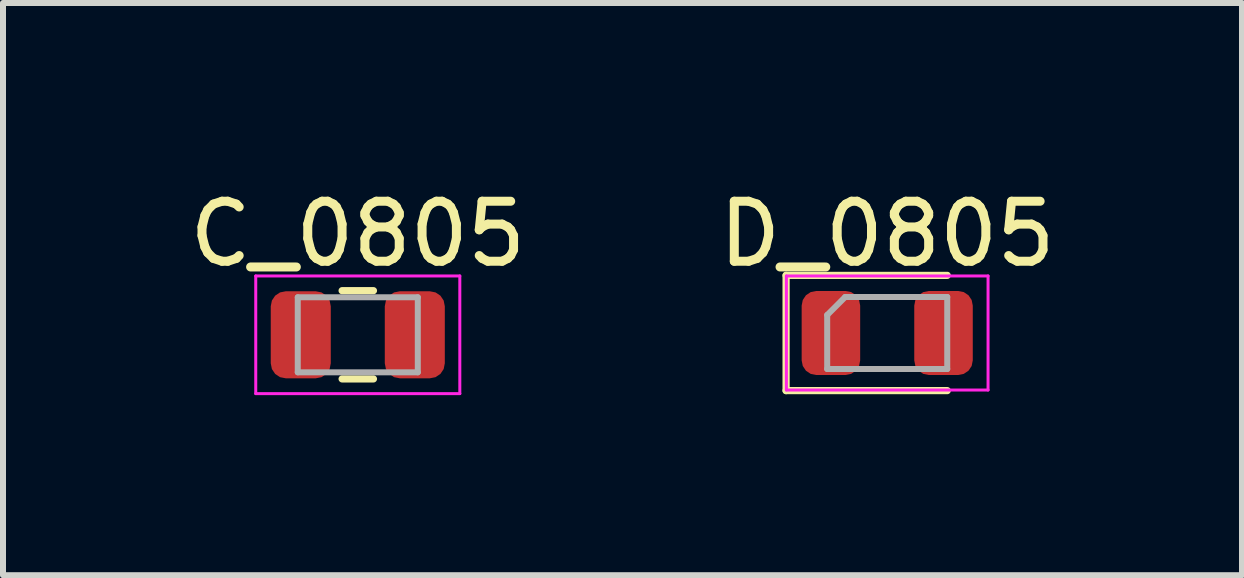
<source format=kicad_pcb>
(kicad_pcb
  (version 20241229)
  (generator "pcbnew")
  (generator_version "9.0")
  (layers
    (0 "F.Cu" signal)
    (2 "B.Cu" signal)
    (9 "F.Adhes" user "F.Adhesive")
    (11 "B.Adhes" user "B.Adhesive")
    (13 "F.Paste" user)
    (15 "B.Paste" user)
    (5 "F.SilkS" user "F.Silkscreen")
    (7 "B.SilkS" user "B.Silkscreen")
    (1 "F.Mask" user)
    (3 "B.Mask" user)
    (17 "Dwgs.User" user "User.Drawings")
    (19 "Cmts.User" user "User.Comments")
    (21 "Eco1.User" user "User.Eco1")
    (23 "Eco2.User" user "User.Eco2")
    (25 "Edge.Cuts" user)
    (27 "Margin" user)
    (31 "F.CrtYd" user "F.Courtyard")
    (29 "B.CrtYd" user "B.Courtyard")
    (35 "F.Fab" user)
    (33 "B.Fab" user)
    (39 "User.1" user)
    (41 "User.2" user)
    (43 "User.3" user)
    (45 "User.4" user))
  (footprint "C_0805"
    (layer "F.Cu")
    (at 2.911 2.528)
    (property "Reference" "C_0805" (at 0 -1.68 0) (layer "F.SilkS") (effects (font (size 1 1) (thickness 0.15))))
    (attr smd)
    (fp_line (start -0.261 -0.735) (end 0.261 -0.735) (stroke (width 0.12) (type solid)) (layer "F.SilkS"))
    (fp_line (start -0.261 0.735) (end 0.261 0.735) (stroke (width 0.12) (type solid)) (layer "F.SilkS"))
    (fp_line (start -1.7 -0.98) (end 1.7 -0.98) (stroke (width 0.05) (type solid)) (layer "F.CrtYd"))
    (fp_line (start -1.7 0.98) (end -1.7 -0.98) (stroke (width 0.05) (type solid)) (layer "F.CrtYd"))
    (fp_line (start 1.7 -0.98) (end 1.7 0.98) (stroke (width 0.05) (type solid)) (layer "F.CrtYd"))
    (fp_line (start 1.7 0.98) (end -1.7 0.98) (stroke (width 0.05) (type solid)) (layer "F.CrtYd"))
    (fp_line (start -1 -0.625) (end 1 -0.625) (stroke (width 0.1) (type solid)) (layer "F.Fab"))
    (fp_line (start -1 0.625) (end -1 -0.625) (stroke (width 0.1) (type solid)) (layer "F.Fab"))
    (fp_line (start 1 -0.625) (end 1 0.625) (stroke (width 0.1) (type solid)) (layer "F.Fab"))
    (fp_line (start 1 0.625) (end -1 0.625) (stroke (width 0.1) (type solid)) (layer "F.Fab"))
    (pad "1" smd roundrect (at -0.95 0) (size 1 1.45) (layers "F.Cu" "F.Mask" "F.Paste") (roundrect_rratio 0.25))
    (pad "2" smd roundrect (at 0.95 0) (size 1 1.45) (layers "F.Cu" "F.Mask" "F.Paste") (roundrect_rratio 0.25)))
  (footprint "D_0805"
    (layer "F.Cu")
    (at 11.732 2.498)
    (property "Reference" "D_0805" (at 0 -1.65 0) (layer "F.SilkS") (effects (font (size 1 1) (thickness 0.15))))
    (attr smd)
    (fp_line (start -1.685 -0.96) (end -1.685 0.96) (stroke (width 0.12) (type solid)) (layer "F.SilkS"))
    (fp_line (start -1.685 0.96) (end 1 0.96) (stroke (width 0.12) (type solid)) (layer "F.SilkS"))
    (fp_line (start 1 -0.96) (end -1.685 -0.96) (stroke (width 0.12) (type solid)) (layer "F.SilkS"))
    (fp_line (start -1.68 -0.95) (end 1.68 -0.95) (stroke (width 0.05) (type solid)) (layer "F.CrtYd"))
    (fp_line (start -1.68 0.95) (end -1.68 -0.95) (stroke (width 0.05) (type solid)) (layer "F.CrtYd"))
    (fp_line (start 1.68 -0.95) (end 1.68 0.95) (stroke (width 0.05) (type solid)) (layer "F.CrtYd"))
    (fp_line (start 1.68 0.95) (end -1.68 0.95) (stroke (width 0.05) (type solid)) (layer "F.CrtYd"))
    (fp_line (start -1 -0.3) (end -1 0.6) (stroke (width 0.1) (type solid)) (layer "F.Fab"))
    (fp_line (start -1 0.6) (end 1 0.6) (stroke (width 0.1) (type solid)) (layer "F.Fab"))
    (fp_line (start -0.7 -0.6) (end -1 -0.3) (stroke (width 0.1) (type solid)) (layer "F.Fab"))
    (fp_line (start 1 -0.6) (end -0.7 -0.6) (stroke (width 0.1) (type solid)) (layer "F.Fab"))
    (fp_line (start 1 0.6) (end 1 -0.6) (stroke (width 0.1) (type solid)) (layer "F.Fab"))
    (pad "1" smd roundrect (at -0.938 0) (size 0.975 1.4) (layers "F.Cu" "F.Mask" "F.Paste") (roundrect_rratio 0.25))
    (pad "2" smd roundrect (at 0.938 0) (size 0.975 1.4) (layers "F.Cu" "F.Mask" "F.Paste") (roundrect_rratio 0.25)))
  (gr_rect
    (start -3 -3)
    (end 17.643 6.533)
    (stroke (width 0.1) (type default))
    (fill no)
    (layer "Edge.Cuts")))
</source>
